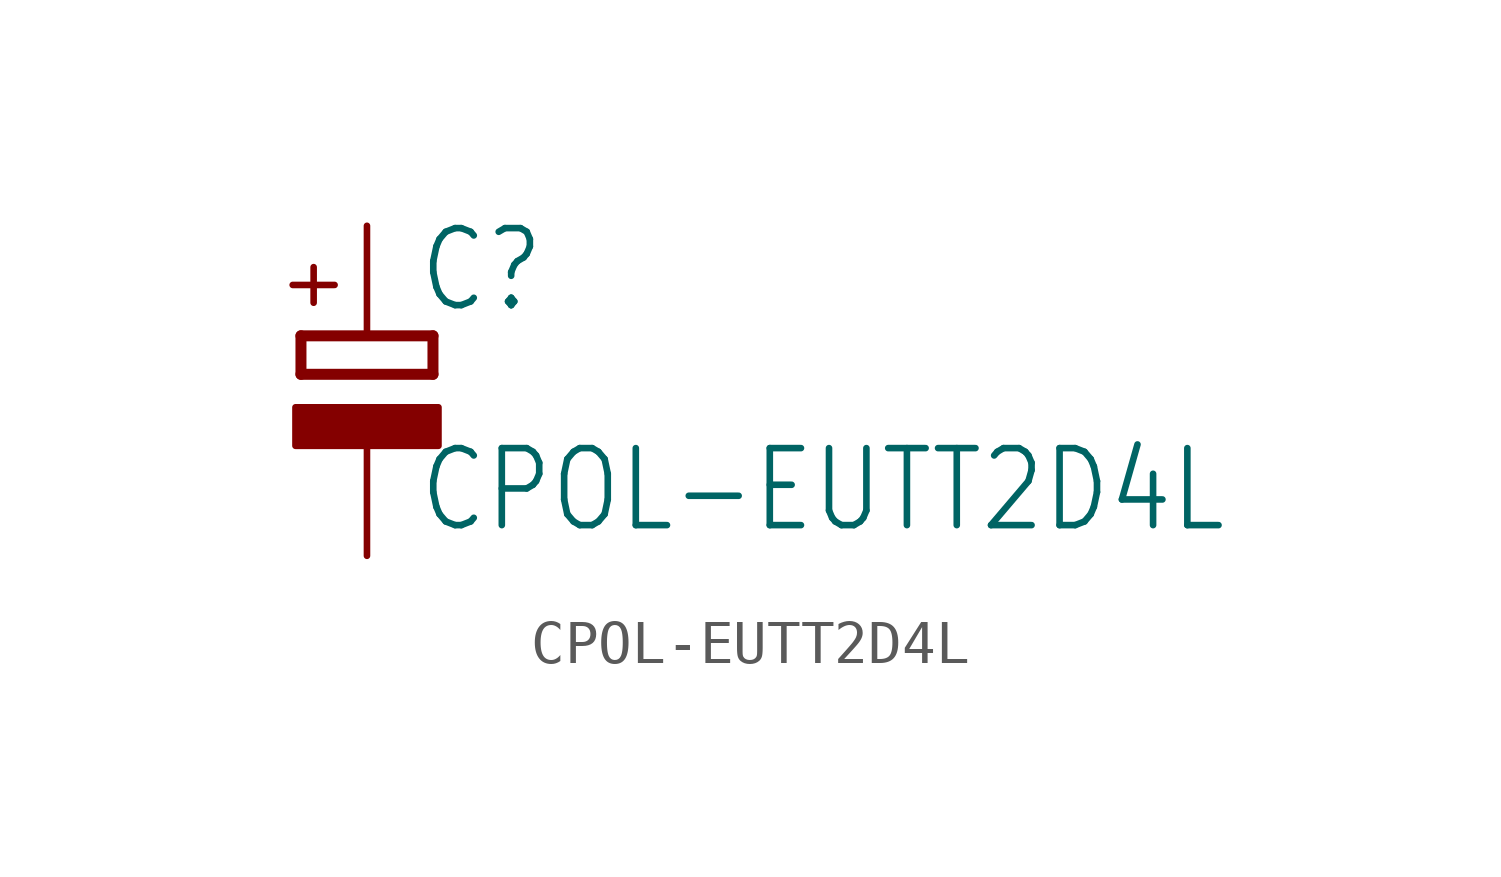
<source format=kicad_sym>
(kicad_symbol_lib
  (version 20210619)
  (generator kicad_symbol_editor)
  (symbol "CPOL-EUTT2D4L"
    (property "Reference" "C"
      (at 1.143 0.483 0)
      (effects (font (size 1.778 1.511)) (justify left bottom)))
    (property "Value" "CPOL-EUTT2D4L"
      (at 1.143 -4.597 0)
      (effects (font (size 1.778 1.511)) (justify left bottom)))
    (property "ki_locked" ""
      (at 0 0 0)
      (effects (font (size 1.27 1.27))))
    (symbol "CPOL-EUTT2D4L_1_0"
      (text "+" (at -0.584 0.406 900) (effects (font (size 1.27 1.079)) (justify left bottom)))
      (rectangle (start -1.651 -2.54) (end 1.651 -1.651) (stroke (width 0)) (fill (type outline)))
      (polyline (pts (xy -1.524 -0.889) (xy 1.524 -0.889)) (stroke (width 0.254)) (fill (type none)))
      (polyline (pts (xy -1.524 0) (xy -1.524 -0.889)) (stroke (width 0.254)) (fill (type none)))
      (polyline (pts (xy -1.524 0) (xy 1.524 0)) (stroke (width 0.254)) (fill (type none)))
      (polyline (pts (xy 1.524 -0.889) (xy 1.524 0)) (stroke (width 0.254)) (fill (type none)))
      (pin passive line (at 0 2.54 270) (length 2.54) (name "+" (effects (font (size 0 0)))) (number "+" (effects (font (size 0 0)))))
      (pin passive line (at 0 -5.08 90) (length 2.54) (name "-" (effects (font (size 0 0)))) (number "-" (effects (font (size 0 0))))))))
</source>
